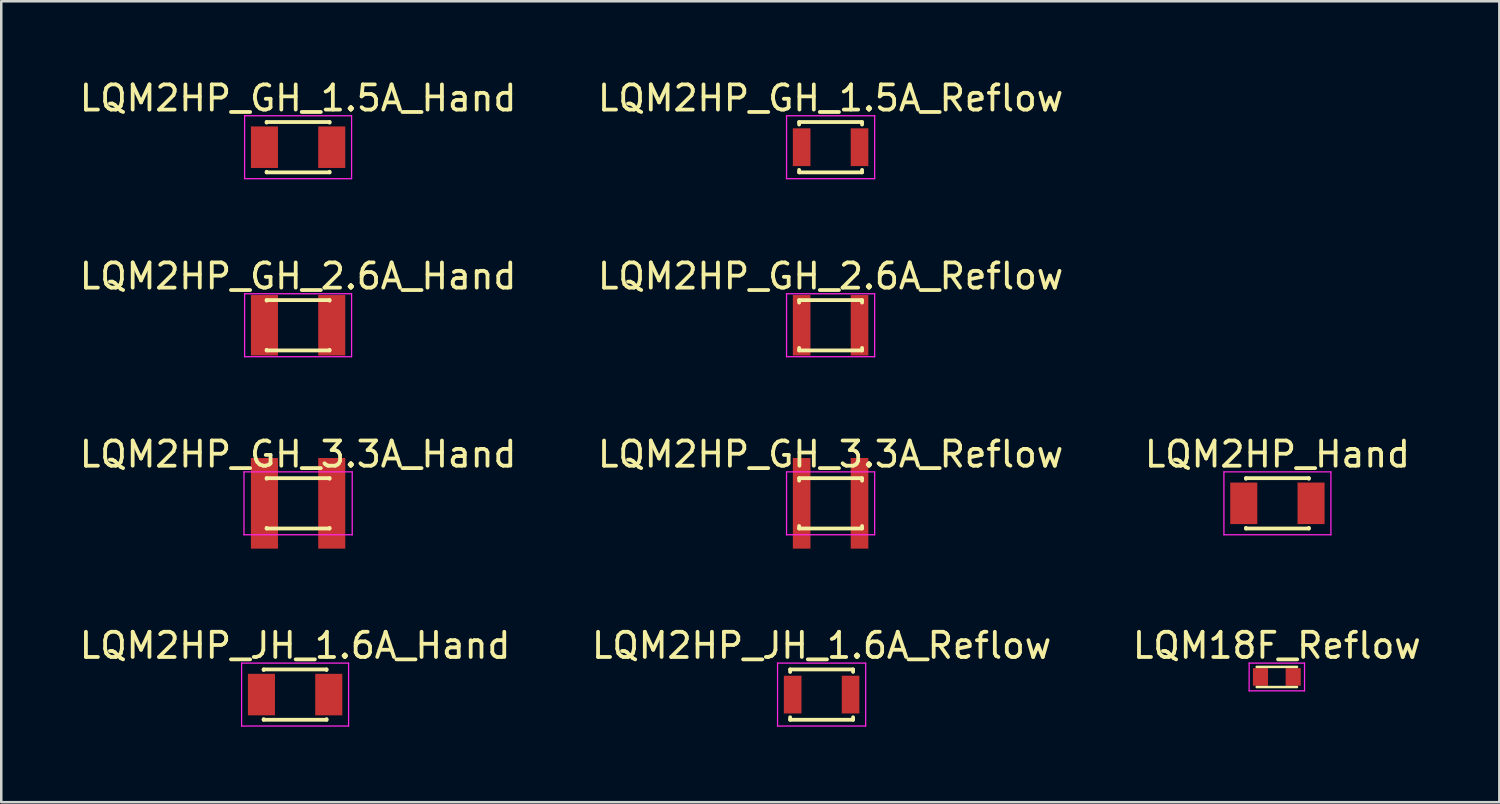
<source format=kicad_pcb>
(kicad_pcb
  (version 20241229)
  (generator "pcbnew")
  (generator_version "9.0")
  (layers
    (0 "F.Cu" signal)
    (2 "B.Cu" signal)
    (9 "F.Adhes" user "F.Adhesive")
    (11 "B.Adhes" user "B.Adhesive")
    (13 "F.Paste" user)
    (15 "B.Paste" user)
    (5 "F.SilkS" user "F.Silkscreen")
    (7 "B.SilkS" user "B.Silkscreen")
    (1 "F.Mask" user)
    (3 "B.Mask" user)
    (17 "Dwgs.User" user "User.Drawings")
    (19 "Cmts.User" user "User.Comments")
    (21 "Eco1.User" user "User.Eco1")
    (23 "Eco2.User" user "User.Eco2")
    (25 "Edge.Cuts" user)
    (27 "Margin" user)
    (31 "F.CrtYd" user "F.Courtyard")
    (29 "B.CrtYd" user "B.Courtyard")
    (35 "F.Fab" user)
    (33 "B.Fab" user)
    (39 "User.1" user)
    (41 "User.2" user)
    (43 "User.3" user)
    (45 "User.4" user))
  (footprint "LQM2HP_GH_1.5A_Reflow"
    (layer "F.Cu")
    (at 29.946 2.798)
    (property "Reference" "LQM2HP_GH_1.5A_Reflow" (at 0 -1.95 0) (layer "F.SilkS") (effects (font (size 1 1) (thickness 0.15))))
    (attr smd)
    (fp_line (start -1.25 -1) (end -1.25 -0.9) (stroke (width 0.15) (type solid)) (layer "F.SilkS"))
    (fp_line (start -1.25 -1) (end 1.25 -1) (stroke (width 0.15) (type solid)) (layer "F.SilkS"))
    (fp_line (start -1.25 0.9) (end -1.25 1) (stroke (width 0.15) (type solid)) (layer "F.SilkS"))
    (fp_line (start -1.25 1) (end 1.25 1) (stroke (width 0.15) (type solid)) (layer "F.SilkS"))
    (fp_line (start 1.25 -1) (end 1.25 -0.9) (stroke (width 0.15) (type solid)) (layer "F.SilkS"))
    (fp_line (start 1.25 0.9) (end 1.25 1) (stroke (width 0.15) (type solid)) (layer "F.SilkS"))
    (fp_line (start -1.75 -1.25) (end -1.75 1.25) (stroke (width 0.05) (type solid)) (layer "F.CrtYd"))
    (fp_line (start -1.75 -1.25) (end 1.75 -1.25) (stroke (width 0.05) (type solid)) (layer "F.CrtYd"))
    (fp_line (start -1.75 1.25) (end 1.75 1.25) (stroke (width 0.05) (type solid)) (layer "F.CrtYd"))
    (fp_line (start 1.75 -1.25) (end 1.75 1.25) (stroke (width 0.05) (type solid)) (layer "F.CrtYd"))
    (pad "1" smd rect (at -1.15 0) (size 0.7 1.5) (layers "F.Cu" "F.Mask" "F.Paste"))
    (pad "2" smd rect (at 1.15 0) (size 0.7 1.5) (layers "F.Cu" "F.Mask" "F.Paste")))
  (footprint "LQM2HP_GH_3.3A_Reflow"
    (layer "F.Cu")
    (at 29.946 16.945)
    (property "Reference" "LQM2HP_GH_3.3A_Reflow" (at 0 -1.95 0) (layer "F.SilkS") (effects (font (size 1 1) (thickness 0.15))))
    (attr smd)
    (fp_line (start -1.25 -1) (end -1.25 -0.9) (stroke (width 0.15) (type solid)) (layer "F.SilkS"))
    (fp_line (start -1.25 -1) (end 1.25 -1) (stroke (width 0.15) (type solid)) (layer "F.SilkS"))
    (fp_line (start -1.25 0.9) (end -1.25 1) (stroke (width 0.15) (type solid)) (layer "F.SilkS"))
    (fp_line (start -1.25 1) (end 1.25 1) (stroke (width 0.15) (type solid)) (layer "F.SilkS"))
    (fp_line (start 1.25 -1) (end 1.25 -0.9) (stroke (width 0.15) (type solid)) (layer "F.SilkS"))
    (fp_line (start 1.25 0.9) (end 1.25 1) (stroke (width 0.15) (type solid)) (layer "F.SilkS"))
    (fp_line (start -1.75 -1.25) (end -1.75 1.25) (stroke (width 0.05) (type solid)) (layer "F.CrtYd"))
    (fp_line (start -1.75 -1.25) (end 1.75 -1.25) (stroke (width 0.05) (type solid)) (layer "F.CrtYd"))
    (fp_line (start -1.75 1.25) (end 1.75 1.25) (stroke (width 0.05) (type solid)) (layer "F.CrtYd"))
    (fp_line (start 1.75 -1.25) (end 1.75 1.25) (stroke (width 0.05) (type solid)) (layer "F.CrtYd"))
    (pad "" smd rect (at -1.15 0) (size 0.7 1.5) (layers "F.Mask" "F.Paste"))
    (pad "" smd rect (at 1.15 0) (size 0.7 1.5) (layers "F.Mask" "F.Paste"))
    (pad "1" smd rect (at -1.15 0) (size 0.7 3.6) (layers "F.Cu"))
    (pad "2" smd rect (at 1.15 0) (size 0.7 3.6) (layers "F.Cu")))
  (footprint "LQM2HP_GH_3.3A_Hand"
    (layer "F.Cu")
    (at 8.792 16.945)
    (property "Reference" "LQM2HP_GH_3.3A_Hand" (at 0 -1.95 0) (layer "F.SilkS") (effects (font (size 1 1) (thickness 0.15))))
    (attr smd)
    (fp_line (start -1.25 -1) (end -1.25 -0.975) (stroke (width 0.15) (type solid)) (layer "F.SilkS"))
    (fp_line (start -1.25 -1) (end 1.25 -1) (stroke (width 0.15) (type solid)) (layer "F.SilkS"))
    (fp_line (start -1.25 0.975) (end -1.25 1) (stroke (width 0.15) (type solid)) (layer "F.SilkS"))
    (fp_line (start -1.25 1) (end 1.25 1) (stroke (width 0.15) (type solid)) (layer "F.SilkS"))
    (fp_line (start 1.25 -1) (end 1.25 -0.975) (stroke (width 0.15) (type solid)) (layer "F.SilkS"))
    (fp_line (start 1.25 0.975) (end 1.25 1) (stroke (width 0.15) (type solid)) (layer "F.SilkS"))
    (fp_line (start -2.15 -1.25) (end -2.15 1.25) (stroke (width 0.05) (type solid)) (layer "F.CrtYd"))
    (fp_line (start -2.15 -1.25) (end 2.15 -1.25) (stroke (width 0.05) (type solid)) (layer "F.CrtYd"))
    (fp_line (start -2.15 1.25) (end 2.15 1.25) (stroke (width 0.05) (type solid)) (layer "F.CrtYd"))
    (fp_line (start 2.15 -1.25) (end 2.15 1.25) (stroke (width 0.05) (type solid)) (layer "F.CrtYd"))
    (pad "" smd rect (at -1.337 0) (size 1.075 1.65) (layers "F.Mask" "F.Paste"))
    (pad "" smd rect (at 1.337 0) (size 1.075 1.65) (layers "F.Mask" "F.Paste"))
    (pad "1" smd rect (at -1.337 0) (size 1.075 3.6) (layers "F.Cu"))
    (pad "2" smd rect (at 1.337 0) (size 1.075 3.6) (layers "F.Cu")))
  (footprint "LQM2HP_GH_2.6A_Reflow"
    (layer "F.Cu")
    (at 29.946 9.871)
    (property "Reference" "LQM2HP_GH_2.6A_Reflow" (at 0 -1.95 0) (layer "F.SilkS") (effects (font (size 1 1) (thickness 0.15))))
    (attr smd)
    (fp_line (start -1.25 -1) (end -1.25 -0.9) (stroke (width 0.15) (type solid)) (layer "F.SilkS"))
    (fp_line (start -1.25 -1) (end 1.25 -1) (stroke (width 0.15) (type solid)) (layer "F.SilkS"))
    (fp_line (start -1.25 0.9) (end -1.25 1) (stroke (width 0.15) (type solid)) (layer "F.SilkS"))
    (fp_line (start -1.25 1) (end 1.25 1) (stroke (width 0.15) (type solid)) (layer "F.SilkS"))
    (fp_line (start 1.25 -1) (end 1.25 -0.9) (stroke (width 0.15) (type solid)) (layer "F.SilkS"))
    (fp_line (start 1.25 0.9) (end 1.25 1) (stroke (width 0.15) (type solid)) (layer "F.SilkS"))
    (fp_line (start -1.75 -1.25) (end -1.75 1.25) (stroke (width 0.05) (type solid)) (layer "F.CrtYd"))
    (fp_line (start -1.75 -1.25) (end 1.75 -1.25) (stroke (width 0.05) (type solid)) (layer "F.CrtYd"))
    (fp_line (start -1.75 1.25) (end 1.75 1.25) (stroke (width 0.05) (type solid)) (layer "F.CrtYd"))
    (fp_line (start 1.75 -1.25) (end 1.75 1.25) (stroke (width 0.05) (type solid)) (layer "F.CrtYd"))
    (pad "" smd rect (at -1.15 0) (size 0.7 1.5) (layers "F.Mask" "F.Paste"))
    (pad "" smd rect (at 1.15 0) (size 0.7 1.5) (layers "F.Mask" "F.Paste"))
    (pad "1" smd rect (at -1.15 0) (size 0.7 2.4) (layers "F.Cu"))
    (pad "2" smd rect (at 1.15 0) (size 0.7 2.4) (layers "F.Cu")))
  (footprint "LQM2HP_Hand"
    (layer "F.Cu")
    (at 47.696 16.945)
    (property "Reference" "LQM2HP_Hand" (at 0 -1.95 0) (layer "F.SilkS") (effects (font (size 1 1) (thickness 0.15))))
    (attr smd)
    (fp_line (start -1.25 -1) (end -1.25 -0.975) (stroke (width 0.15) (type solid)) (layer "F.SilkS"))
    (fp_line (start -1.25 -1) (end 1.25 -1) (stroke (width 0.15) (type solid)) (layer "F.SilkS"))
    (fp_line (start -1.25 0.975) (end -1.25 1) (stroke (width 0.15) (type solid)) (layer "F.SilkS"))
    (fp_line (start -1.25 1) (end 1.25 1) (stroke (width 0.15) (type solid)) (layer "F.SilkS"))
    (fp_line (start 1.25 -1) (end 1.25 -0.975) (stroke (width 0.15) (type solid)) (layer "F.SilkS"))
    (fp_line (start 1.25 0.975) (end 1.25 1) (stroke (width 0.15) (type solid)) (layer "F.SilkS"))
    (fp_line (start -2.125 -1.25) (end -2.125 1.25) (stroke (width 0.05) (type solid)) (layer "F.CrtYd"))
    (fp_line (start -2.125 -1.25) (end 2.125 -1.25) (stroke (width 0.05) (type solid)) (layer "F.CrtYd"))
    (fp_line (start -2.125 1.25) (end 2.125 1.25) (stroke (width 0.05) (type solid)) (layer "F.CrtYd"))
    (fp_line (start 2.125 -1.25) (end 2.125 1.25) (stroke (width 0.05) (type solid)) (layer "F.CrtYd"))
    (pad "1" smd rect (at -1.337 0) (size 1.075 1.65) (layers "F.Cu" "F.Mask" "F.Paste"))
    (pad "2" smd rect (at 1.337 0) (size 1.075 1.65) (layers "F.Cu" "F.Mask" "F.Paste")))
  (footprint "LQM2HP_GH_2.6A_Hand"
    (layer "F.Cu")
    (at 8.792 9.871)
    (property "Reference" "LQM2HP_GH_2.6A_Hand" (at 0 -1.95 0) (layer "F.SilkS") (effects (font (size 1 1) (thickness 0.15))))
    (attr smd)
    (fp_line (start -1.25 -1) (end -1.25 -0.975) (stroke (width 0.15) (type solid)) (layer "F.SilkS"))
    (fp_line (start -1.25 -1) (end 1.25 -1) (stroke (width 0.15) (type solid)) (layer "F.SilkS"))
    (fp_line (start -1.25 0.975) (end -1.25 1) (stroke (width 0.15) (type solid)) (layer "F.SilkS"))
    (fp_line (start -1.25 1) (end 1.25 1) (stroke (width 0.15) (type solid)) (layer "F.SilkS"))
    (fp_line (start 1.25 -1) (end 1.25 -0.975) (stroke (width 0.15) (type solid)) (layer "F.SilkS"))
    (fp_line (start 1.25 0.975) (end 1.25 1) (stroke (width 0.15) (type solid)) (layer "F.SilkS"))
    (fp_line (start -2.125 -1.25) (end -2.125 1.25) (stroke (width 0.05) (type solid)) (layer "F.CrtYd"))
    (fp_line (start -2.125 -1.25) (end 2.125 -1.25) (stroke (width 0.05) (type solid)) (layer "F.CrtYd"))
    (fp_line (start -2.125 1.25) (end 2.125 1.25) (stroke (width 0.05) (type solid)) (layer "F.CrtYd"))
    (fp_line (start 2.125 -1.25) (end 2.125 1.25) (stroke (width 0.05) (type solid)) (layer "F.CrtYd"))
    (pad "" smd rect (at -1.337 0) (size 1.075 1.65) (layers "F.Mask" "F.Paste"))
    (pad "" smd rect (at 1.337 0) (size 1.075 1.65) (layers "F.Mask" "F.Paste"))
    (pad "1" smd rect (at -1.337 0) (size 1.075 2.4) (layers "F.Cu"))
    (pad "2" smd rect (at 1.337 0) (size 1.075 2.4) (layers "F.Cu")))
  (footprint "LQM2HP_JH_1.6A_Reflow"
    (layer "F.Cu")
    (at 29.589 24.543)
    (property "Reference" "LQM2HP_JH_1.6A_Reflow" (at 0 -1.95 0) (layer "F.SilkS") (effects (font (size 1 1) (thickness 0.15))))
    (attr smd)
    (fp_line (start -1.25 -1) (end -1.25 -0.9) (stroke (width 0.15) (type solid)) (layer "F.SilkS"))
    (fp_line (start -1.25 -1) (end 1.25 -1) (stroke (width 0.15) (type solid)) (layer "F.SilkS"))
    (fp_line (start -1.25 0.9) (end -1.25 1) (stroke (width 0.15) (type solid)) (layer "F.SilkS"))
    (fp_line (start -1.25 1) (end 1.25 1) (stroke (width 0.15) (type solid)) (layer "F.SilkS"))
    (fp_line (start 1.25 -1) (end 1.25 -0.9) (stroke (width 0.15) (type solid)) (layer "F.SilkS"))
    (fp_line (start 1.25 0.9) (end 1.25 1) (stroke (width 0.15) (type solid)) (layer "F.SilkS"))
    (fp_line (start -1.75 -1.25) (end -1.75 1.25) (stroke (width 0.05) (type solid)) (layer "F.CrtYd"))
    (fp_line (start -1.75 -1.25) (end 1.75 -1.25) (stroke (width 0.05) (type solid)) (layer "F.CrtYd"))
    (fp_line (start -1.75 1.25) (end 1.75 1.25) (stroke (width 0.05) (type solid)) (layer "F.CrtYd"))
    (fp_line (start 1.75 -1.25) (end 1.75 1.25) (stroke (width 0.05) (type solid)) (layer "F.CrtYd"))
    (pad "1" smd rect (at -1.15 0) (size 0.7 1.5) (layers "F.Cu" "F.Mask" "F.Paste"))
    (pad "2" smd rect (at 1.15 0) (size 0.7 1.5) (layers "F.Cu" "F.Mask" "F.Paste")))
  (footprint "LQM2HP_GH_1.5A_Hand"
    (layer "F.Cu")
    (at 8.792 2.798)
    (property "Reference" "LQM2HP_GH_1.5A_Hand" (at 0 -1.95 0) (layer "F.SilkS") (effects (font (size 1 1) (thickness 0.15))))
    (attr smd)
    (fp_line (start -1.25 -1) (end -1.25 -0.975) (stroke (width 0.15) (type solid)) (layer "F.SilkS"))
    (fp_line (start -1.25 -1) (end 1.25 -1) (stroke (width 0.15) (type solid)) (layer "F.SilkS"))
    (fp_line (start -1.25 0.975) (end -1.25 1) (stroke (width 0.15) (type solid)) (layer "F.SilkS"))
    (fp_line (start -1.25 1) (end 1.25 1) (stroke (width 0.15) (type solid)) (layer "F.SilkS"))
    (fp_line (start 1.25 -1) (end 1.25 -0.975) (stroke (width 0.15) (type solid)) (layer "F.SilkS"))
    (fp_line (start 1.25 0.975) (end 1.25 1) (stroke (width 0.15) (type solid)) (layer "F.SilkS"))
    (fp_line (start -2.125 -1.25) (end -2.125 1.25) (stroke (width 0.05) (type solid)) (layer "F.CrtYd"))
    (fp_line (start -2.125 -1.25) (end 2.125 -1.25) (stroke (width 0.05) (type solid)) (layer "F.CrtYd"))
    (fp_line (start -2.125 1.25) (end 2.125 1.25) (stroke (width 0.05) (type solid)) (layer "F.CrtYd"))
    (fp_line (start 2.125 -1.25) (end 2.125 1.25) (stroke (width 0.05) (type solid)) (layer "F.CrtYd"))
    (pad "1" smd rect (at -1.337 0) (size 1.075 1.65) (layers "F.Cu" "F.Mask" "F.Paste"))
    (pad "2" smd rect (at 1.337 0) (size 1.075 1.65) (layers "F.Cu" "F.Mask" "F.Paste")))
  (footprint "LQM18F_Reflow"
    (layer "F.Cu")
    (at 47.673 23.843)
    (property "Reference" "LQM18F_Reflow" (at 0 -1.25 0) (layer "F.SilkS") (effects (font (size 1 1) (thickness 0.15))))
    (attr smd)
    (fp_line (start -0.8 -0.4) (end 0.8 -0.4) (stroke (width 0.1) (type solid)) (layer "F.SilkS"))
    (fp_line (start -0.8 0.4) (end 0.8 0.4) (stroke (width 0.1) (type solid)) (layer "F.SilkS"))
    (fp_line (start -1.1 -0.55) (end -1.1 0.55) (stroke (width 0.05) (type solid)) (layer "F.CrtYd"))
    (fp_line (start -1.1 -0.55) (end 1.1 -0.55) (stroke (width 0.05) (type solid)) (layer "F.CrtYd"))
    (fp_line (start -1.1 0.55) (end 1.1 0.55) (stroke (width 0.05) (type solid)) (layer "F.CrtYd"))
    (fp_line (start 1.1 -0.55) (end 1.1 0.55) (stroke (width 0.05) (type solid)) (layer "F.CrtYd"))
    (pad "1" smd rect (at -0.65 0) (size 0.6 0.7) (layers "F.Cu" "F.Mask" "F.Paste"))
    (pad "2" smd rect (at 0.65 0) (size 0.6 0.7) (layers "F.Cu" "F.Mask" "F.Paste")))
  (footprint "LQM2HP_JH_1.6A_Hand"
    (layer "F.Cu")
    (at 8.673 24.543)
    (property "Reference" "LQM2HP_JH_1.6A_Hand" (at 0 -1.95 0) (layer "F.SilkS") (effects (font (size 1 1) (thickness 0.15))))
    (attr smd)
    (fp_line (start -1.25 -1) (end -1.25 -0.975) (stroke (width 0.15) (type solid)) (layer "F.SilkS"))
    (fp_line (start -1.25 -1) (end 1.25 -1) (stroke (width 0.15) (type solid)) (layer "F.SilkS"))
    (fp_line (start -1.25 0.975) (end -1.25 1) (stroke (width 0.15) (type solid)) (layer "F.SilkS"))
    (fp_line (start -1.25 1) (end 1.25 1) (stroke (width 0.15) (type solid)) (layer "F.SilkS"))
    (fp_line (start 1.25 -1) (end 1.25 -0.975) (stroke (width 0.15) (type solid)) (layer "F.SilkS"))
    (fp_line (start 1.25 0.975) (end 1.25 1) (stroke (width 0.15) (type solid)) (layer "F.SilkS"))
    (fp_line (start -2.125 -1.25) (end -2.125 1.25) (stroke (width 0.05) (type solid)) (layer "F.CrtYd"))
    (fp_line (start -2.125 -1.25) (end 2.125 -1.25) (stroke (width 0.05) (type solid)) (layer "F.CrtYd"))
    (fp_line (start -2.125 1.25) (end 2.125 1.25) (stroke (width 0.05) (type solid)) (layer "F.CrtYd"))
    (fp_line (start 2.125 -1.25) (end 2.125 1.25) (stroke (width 0.05) (type solid)) (layer "F.CrtYd"))
    (pad "1" smd rect (at -1.337 0) (size 1.075 1.65) (layers "F.Cu" "F.Mask" "F.Paste"))
    (pad "2" smd rect (at 1.337 0) (size 1.075 1.65) (layers "F.Cu" "F.Mask" "F.Paste")))
  (gr_rect
    (start -3 -3)
    (end 56.512 28.818)
    (stroke (width 0.1) (type default))
    (fill no)
    (layer "Edge.Cuts")))
</source>
